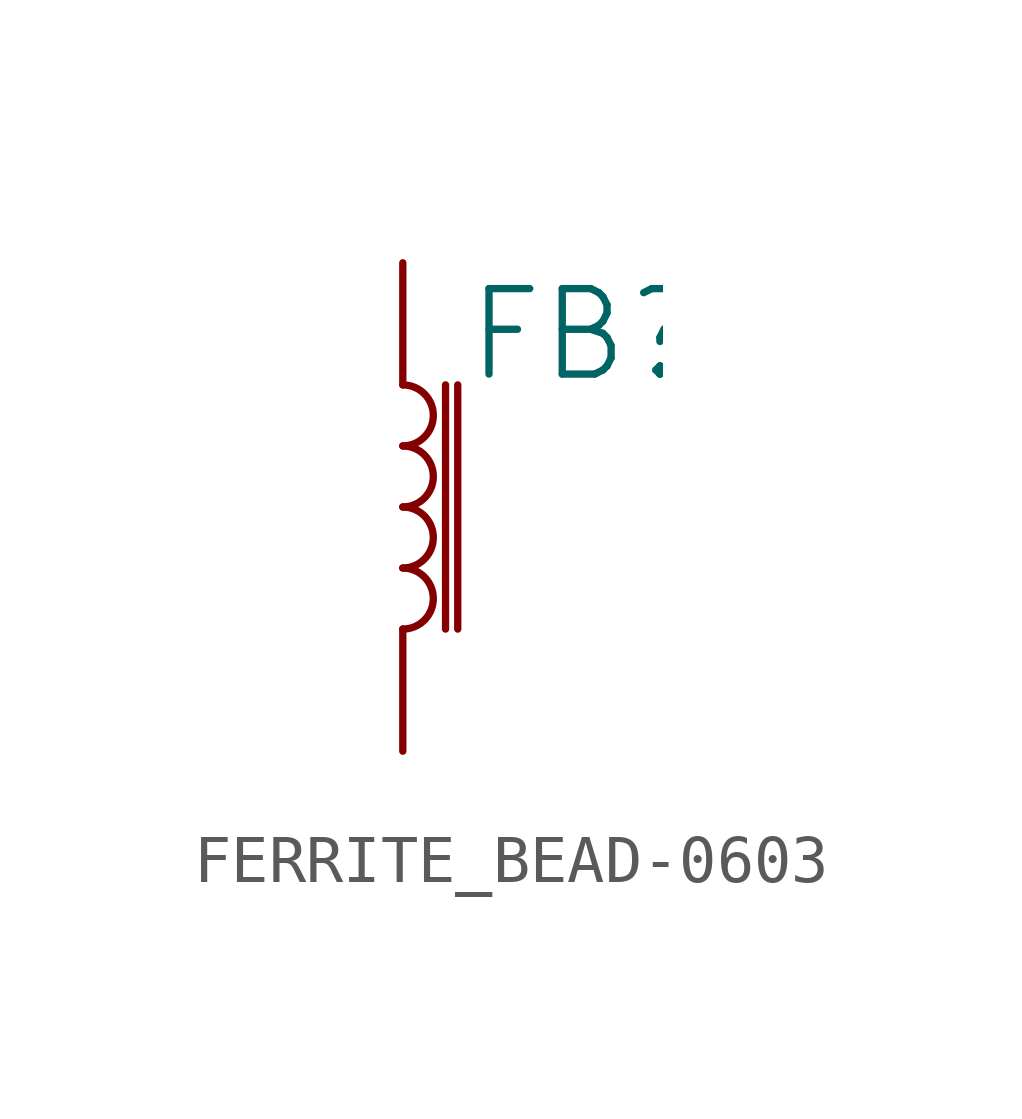
<source format=kicad_sym>
(kicad_symbol_lib
  (version 20220914)
  (generator kicad_symbol_editor)
  (symbol "FERRITE_BEAD-0603"
    (property "Reference" "FB"
      (at 1.27 2.54 0)
      (effects (font (size 1.778 1.778)) (justify left bottom)))
    (property "Value" ""
      (at 1.27 -2.54 0)
      (effects (font (size 1.778 1.778)) (justify left top)))
    (property "ki_locked" ""
      (at 0 0 0)
      (effects (font (size 1.27 1.27))))
    (symbol "FERRITE_BEAD-0603_1_0"
      (arc (start 0 -2.54) (mid 0.6323 -1.905) (end 0 -1.27) (stroke (width 0.1524) (type solid)) (fill (type none)))
      (arc (start 0 -1.27) (mid 0.6323 -0.635) (end 0 0) (stroke (width 0.1524) (type solid)) (fill (type none)))
      (polyline (pts (xy 0.889 2.54) (xy 0.889 -2.54)) (stroke (width 0.152) (type solid)) (fill (type none)))
      (polyline (pts (xy 1.143 2.54) (xy 1.143 -2.54)) (stroke (width 0.152) (type solid)) (fill (type none)))
      (arc (start 0 0) (mid 0.6323 0.635) (end 0 1.27) (stroke (width 0.1524) (type solid)) (fill (type none)))
      (arc (start 0 1.27) (mid 0.6323 1.905) (end 0 2.54) (stroke (width 0.1524) (type solid)) (fill (type none)))
      (pin passive line (at 0 5.08 270) (length 2.54) (name "1" (effects (font (size 0 0)))) (number "1" (effects (font (size 0 0)))))
      (pin passive line (at 0 -5.08 90) (length 2.54) (name "2" (effects (font (size 0 0)))) (number "2" (effects (font (size 0 0))))))))
</source>
